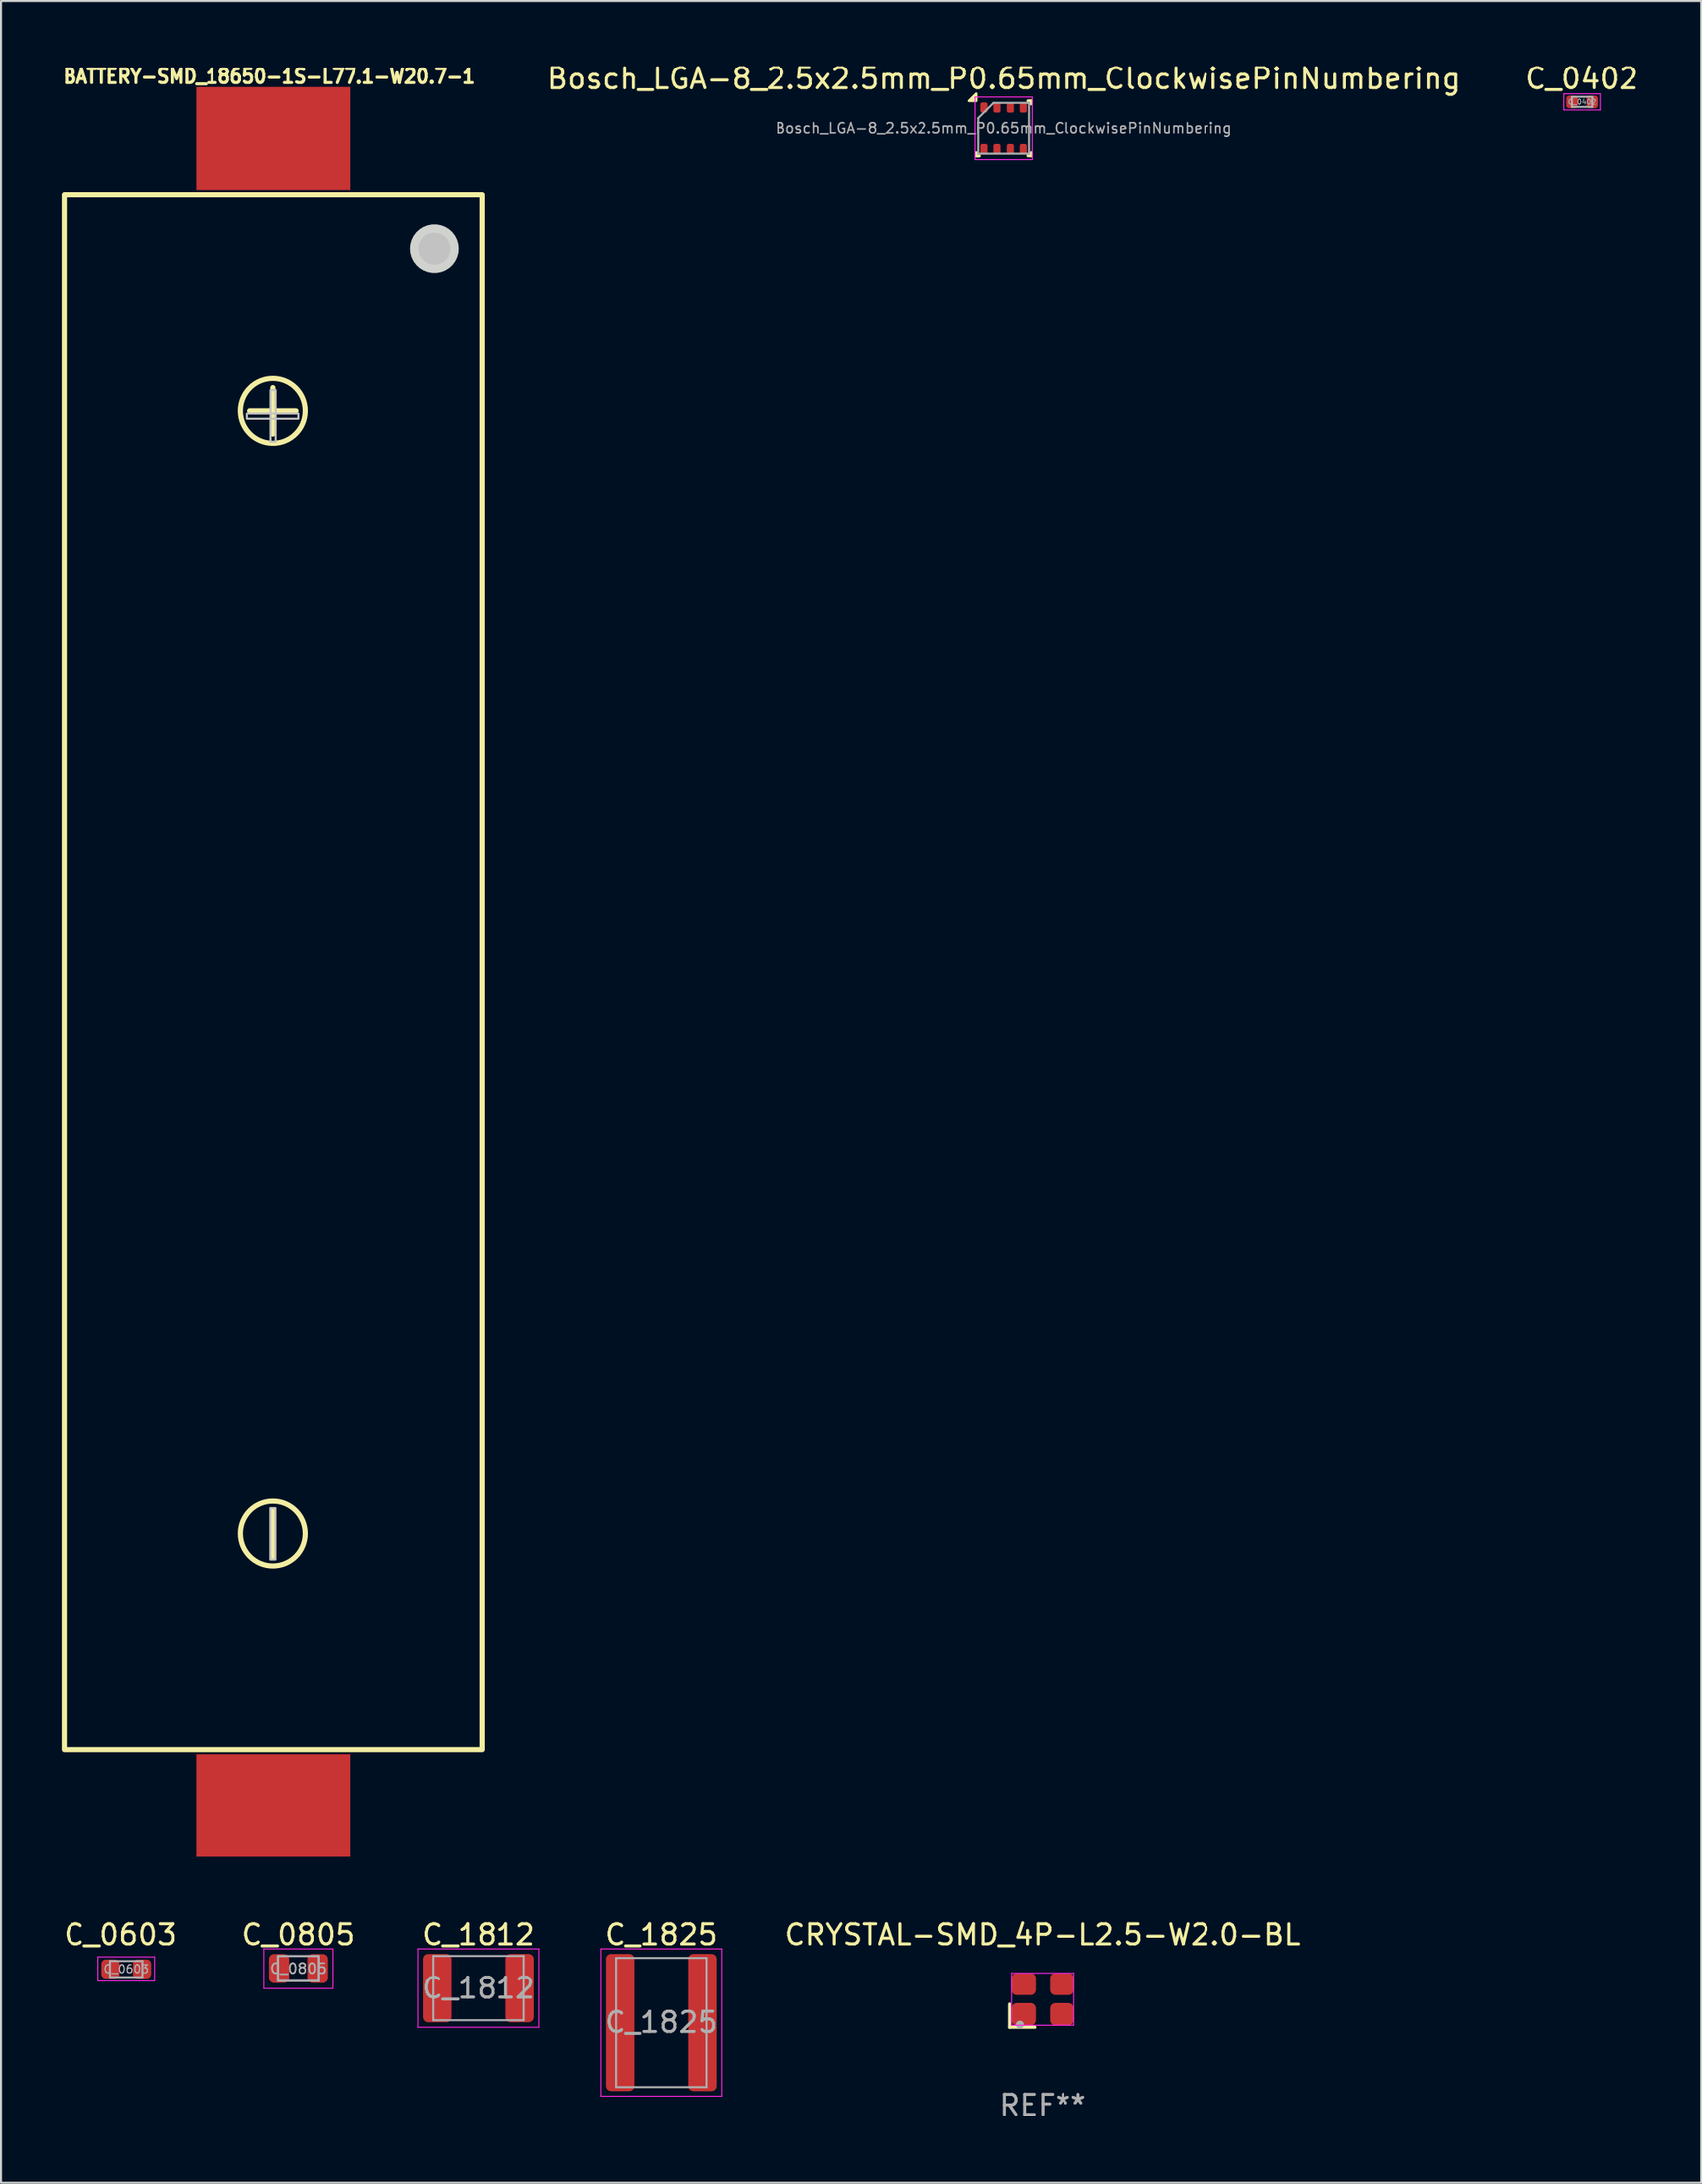
<source format=kicad_pcb>
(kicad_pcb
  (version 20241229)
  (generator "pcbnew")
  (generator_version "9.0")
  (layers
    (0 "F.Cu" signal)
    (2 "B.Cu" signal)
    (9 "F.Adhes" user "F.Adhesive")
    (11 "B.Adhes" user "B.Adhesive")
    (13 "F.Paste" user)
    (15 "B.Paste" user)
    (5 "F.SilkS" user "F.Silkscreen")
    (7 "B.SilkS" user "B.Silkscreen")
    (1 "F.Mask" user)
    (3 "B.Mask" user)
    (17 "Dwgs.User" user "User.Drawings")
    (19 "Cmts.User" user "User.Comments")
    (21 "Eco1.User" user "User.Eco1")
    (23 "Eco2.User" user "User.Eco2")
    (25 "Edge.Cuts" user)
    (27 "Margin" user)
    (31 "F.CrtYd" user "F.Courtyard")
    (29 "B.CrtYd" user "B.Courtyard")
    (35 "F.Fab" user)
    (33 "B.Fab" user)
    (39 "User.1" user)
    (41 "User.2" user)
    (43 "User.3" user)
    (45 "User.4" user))
  (footprint "C_0402"
    (layer "F.Cu")
    (at 75.354 2.008)
    (property "Reference" "C_0402" (at 0 -1.16 0) (layer "F.SilkS") (effects (font (size 1 1) (thickness 0.15))))
    (attr smd)
    (fp_line (start -0.9 -0.4) (end -0.9 0.4) (stroke (width 0.05) (type default)) (layer "F.CrtYd"))
    (fp_line (start -0.9 -0.4) (end 0.9 -0.4) (stroke (width 0.05) (type default)) (layer "F.CrtYd"))
    (fp_line (start 0.9 -0.4) (end 0.9 0.4) (stroke (width 0.05) (type default)) (layer "F.CrtYd"))
    (fp_line (start 0.9 0.4) (end -0.9 0.4) (stroke (width 0.05) (type default)) (layer "F.CrtYd"))
    (fp_line (start -0.5 -0.25) (end 0.5 -0.25) (stroke (width 0.1) (type solid)) (layer "F.Fab"))
    (fp_line (start -0.5 0.25) (end -0.5 -0.25) (stroke (width 0.1) (type solid)) (layer "F.Fab"))
    (fp_line (start 0.5 -0.25) (end 0.5 0.25) (stroke (width 0.1) (type solid)) (layer "F.Fab"))
    (fp_line (start 0.5 0.25) (end -0.5 0.25) (stroke (width 0.1) (type solid)) (layer "F.Fab"))
    (fp_text user "${REFERENCE}" (at 0 0 0) (layer "F.Fab") (effects (font (size 0.25 0.25) (thickness 0.04))))
    (pad "1" smd roundrect (at -0.5 0) (size 0.56 0.62) (layers "F.Cu" "F.Mask" "F.Paste") (roundrect_rratio 0.25))
    (pad "2" smd roundrect (at 0.5 0) (size 0.56 0.62) (layers "F.Cu" "F.Mask" "F.Paste") (roundrect_rratio 0.25)))
  (footprint "C_1812"
    (layer "F.Cu")
    (at 20.668 95.475)
    (property "Reference" "C_1812" (at 0 -2.65 0) (layer "F.SilkS") (effects (font (size 1 1) (thickness 0.15))))
    (attr smd)
    (fp_line (start -3 -1.95) (end 3 -1.95) (stroke (width 0.05) (type solid)) (layer "F.CrtYd"))
    (fp_line (start -3 1.95) (end -3 -1.95) (stroke (width 0.05) (type solid)) (layer "F.CrtYd"))
    (fp_line (start 3 -1.95) (end 3 1.95) (stroke (width 0.05) (type solid)) (layer "F.CrtYd"))
    (fp_line (start 3 1.95) (end -3 1.95) (stroke (width 0.05) (type solid)) (layer "F.CrtYd"))
    (fp_line (start -2.25 -1.6) (end 2.25 -1.6) (stroke (width 0.1) (type solid)) (layer "F.Fab"))
    (fp_line (start -2.25 1.6) (end -2.25 -1.6) (stroke (width 0.1) (type solid)) (layer "F.Fab"))
    (fp_line (start 2.25 -1.6) (end 2.25 1.6) (stroke (width 0.1) (type solid)) (layer "F.Fab"))
    (fp_line (start 2.25 1.6) (end -2.25 1.6) (stroke (width 0.1) (type solid)) (layer "F.Fab"))
    (fp_text user "${REFERENCE}" (at 0 0 0) (layer "F.Fab") (effects (font (size 1 1) (thickness 0.15))))
    (pad "1" smd roundrect (at -2.05 0) (size 1.4 3.4) (layers "F.Cu" "F.Mask" "F.Paste") (roundrect_rratio 0.179))
    (pad "2" smd roundrect (at 2.05 0) (size 1.4 3.4) (layers "F.Cu" "F.Mask" "F.Paste") (roundrect_rratio 0.179)))
  (footprint "C_0805"
    (layer "F.Cu")
    (at 11.732 94.505)
    (property "Reference" "C_0805" (at 0 -1.68 0) (layer "F.SilkS") (effects (font (size 1 1) (thickness 0.15))))
    (attr smd)
    (fp_line (start -1.7 -0.98) (end 1.7 -0.98) (stroke (width 0.05) (type solid)) (layer "F.CrtYd"))
    (fp_line (start -1.7 0.98) (end -1.7 -0.98) (stroke (width 0.05) (type solid)) (layer "F.CrtYd"))
    (fp_line (start 1.7 -0.98) (end 1.7 0.98) (stroke (width 0.05) (type solid)) (layer "F.CrtYd"))
    (fp_line (start 1.7 1) (end -1.7 1) (stroke (width 0.05) (type solid)) (layer "F.CrtYd"))
    (fp_line (start -1 -0.62) (end 1 -0.62) (stroke (width 0.1) (type solid)) (layer "F.Fab"))
    (fp_line (start -1 -0.62) (end 1 -0.62) (stroke (width 0.1) (type solid)) (layer "F.Fab"))
    (fp_line (start -1 0.62) (end -1 -0.62) (stroke (width 0.1) (type solid)) (layer "F.Fab"))
    (fp_line (start -1 0.62) (end -1 -0.62) (stroke (width 0.1) (type solid)) (layer "F.Fab"))
    (fp_line (start 1 -0.62) (end 1 0.62) (stroke (width 0.1) (type solid)) (layer "F.Fab"))
    (fp_line (start 1 -0.62) (end 1 0.62) (stroke (width 0.1) (type solid)) (layer "F.Fab"))
    (fp_line (start 1 0.62) (end -1 0.62) (stroke (width 0.1) (type solid)) (layer "F.Fab"))
    (fp_line (start 1 0.62) (end -1 0.62) (stroke (width 0.1) (type solid)) (layer "F.Fab"))
    (fp_text user "${REFERENCE}" (at 0 0 0) (layer "F.Fab") (effects (font (size 0.5 0.5) (thickness 0.08))))
    (pad "1" smd roundrect (at -0.95 0) (size 1 1.45) (layers "F.Cu" "F.Mask" "F.Paste") (roundrect_rratio 0.25))
    (pad "2" smd roundrect (at 0.95 0) (size 1 1.45) (layers "F.Cu" "F.Mask" "F.Paste") (roundrect_rratio 0.25)))
  (footprint "CRYSTAL-SMD_4P-L2.5-W2.0-BL"
    (layer "F.Cu")
    (at 48.63 96.025)
    (property "Reference" "CRYSTAL-SMD_4P-L2.5-W2.0-BL" (at 0 -3.2 0) (layer "F.SilkS") (effects (font (size 1 1) (thickness 0.15))))
    (attr smd)
    (fp_line (start -1.65 0.25) (end -1.65 1.4) (stroke (width 0.15) (type default)) (layer "F.SilkS"))
    (fp_line (start -1.65 1.4) (end -0.4 1.4) (stroke (width 0.15) (type default)) (layer "F.SilkS"))
    (fp_line (start -1.55 -1.3) (end 1.55 -1.3) (stroke (width 0.05) (type default)) (layer "F.CrtYd"))
    (fp_line (start -1.55 1.3) (end -1.55 -1.3) (stroke (width 0.05) (type default)) (layer "F.CrtYd"))
    (fp_line (start 1.55 -1.3) (end 1.55 1.3) (stroke (width 0.05) (type default)) (layer "F.CrtYd"))
    (fp_line (start 1.55 1.3) (end -1.55 1.3) (stroke (width 0.05) (type default)) (layer "F.CrtYd"))
    (fp_circle (center -1.14 1.27) (end -1.04 1.27) (stroke (width 0.2) (type solid)) (fill no) (layer "F.Fab"))
    (fp_text user "REF**" (at 0 5.25 0) (layer "F.Fab") (effects (font (size 1 1) (thickness 0.15))))
    (pad "1" smd roundrect (at -0.95 0.75) (size 1.2 1.1) (layers "F.Cu" "F.Mask" "F.Paste") (roundrect_rratio 0.227))
    (pad "2" smd roundrect (at 0.95 0.75) (size 1.2 1.1) (layers "F.Cu" "F.Mask" "F.Paste") (roundrect_rratio 0.227))
    (pad "3" smd roundrect (at 0.95 -0.75) (size 1.2 1.1) (layers "F.Cu" "F.Mask" "F.Paste") (roundrect_rratio 0.227))
    (pad "4" smd roundrect (at -0.95 -0.75) (size 1.2 1.1) (layers "F.Cu" "F.Mask" "F.Paste") (roundrect_rratio 0.227)))
  (footprint "Bosch_LGA-8_2.5x2.5mm_P0.65mm_ClockwisePinNumbering"
    (layer "F.Cu")
    (at 46.689 3.308)
    (property "Reference" "Bosch_LGA-8_2.5x2.5mm_P0.65mm_ClockwisePinNumbering" (at 0.01 -2.46 0) (layer "F.SilkS") (effects (font (size 1 1) (thickness 0.15))))
    (attr smd)
    (fp_line (start -1.35 1.35) (end -1.35 1.2) (stroke (width 0.15) (type solid)) (layer "F.SilkS"))
    (fp_line (start -1.35 1.36) (end -1.2 1.36) (stroke (width 0.15) (type solid)) (layer "F.SilkS"))
    (fp_line (start 1.2 -1.35) (end 1.35 -1.35) (stroke (width 0.15) (type solid)) (layer "F.SilkS"))
    (fp_line (start 1.35 -1.35) (end 1.35 -1.2) (stroke (width 0.15) (type solid)) (layer "F.SilkS"))
    (fp_line (start 1.35 1.35) (end 1.2 1.35) (stroke (width 0.15) (type solid)) (layer "F.SilkS"))
    (fp_line (start 1.35 1.35) (end 1.35 1.2) (stroke (width 0.15) (type solid)) (layer "F.SilkS"))
    (fp_poly (pts (xy -1.35 -1.35) (xy -1.71 -1.35) (xy -1.35 -1.71) (xy -1.35 -1.35)) (stroke (width 0.12) (type solid)) (fill yes) (layer "F.SilkS"))
    (fp_line (start -1.41 -1.54) (end 1.41 -1.54) (stroke (width 0.05) (type solid)) (layer "F.CrtYd"))
    (fp_line (start -1.41 1.54) (end -1.41 -1.54) (stroke (width 0.05) (type solid)) (layer "F.CrtYd"))
    (fp_line (start 1.41 -1.54) (end 1.41 1.54) (stroke (width 0.05) (type solid)) (layer "F.CrtYd"))
    (fp_line (start 1.41 1.54) (end -1.41 1.54) (stroke (width 0.05) (type solid)) (layer "F.CrtYd"))
    (fp_line (start -1.25 -0.5) (end -0.5 -1.25) (stroke (width 0.1) (type solid)) (layer "F.Fab"))
    (fp_line (start -1.25 1.25) (end -1.25 -0.5) (stroke (width 0.1) (type solid)) (layer "F.Fab"))
    (fp_line (start -0.5 -1.25) (end 1.25 -1.25) (stroke (width 0.1) (type solid)) (layer "F.Fab"))
    (fp_line (start 1.25 -1.25) (end 1.25 1.25) (stroke (width 0.1) (type solid)) (layer "F.Fab"))
    (fp_line (start 1.25 1.25) (end -1.25 1.25) (stroke (width 0.1) (type solid)) (layer "F.Fab"))
    (fp_text user "${REFERENCE}" (at 0 0 180) (layer "F.Fab") (effects (font (size 0.5 0.5) (thickness 0.075))))
    (pad "1" smd roundrect (at -0.97 -1.02 90) (size 0.5 0.35) (layers "F.Cu" "F.Mask" "F.Paste") (roundrect_rratio 0.25))
    (pad "2" smd roundrect (at -0.33 -1.02 90) (size 0.5 0.35) (layers "F.Cu" "F.Mask" "F.Paste") (roundrect_rratio 0.25))
    (pad "3" smd roundrect (at 0.33 -1.02 90) (size 0.5 0.35) (layers "F.Cu" "F.Mask" "F.Paste") (roundrect_rratio 0.25))
    (pad "4" smd roundrect (at 0.97 -1.02 90) (size 0.5 0.35) (layers "F.Cu" "F.Mask" "F.Paste") (roundrect_rratio 0.25))
    (pad "5" smd roundrect (at 0.97 1.02 90) (size 0.5 0.35) (layers "F.Cu" "F.Mask" "F.Paste") (roundrect_rratio 0.25))
    (pad "6" smd roundrect (at 0.33 1.02 90) (size 0.5 0.35) (layers "F.Cu" "F.Mask" "F.Paste") (roundrect_rratio 0.25))
    (pad "7" smd roundrect (at -0.33 1.02 90) (size 0.5 0.35) (layers "F.Cu" "F.Mask" "F.Paste") (roundrect_rratio 0.25))
    (pad "8" smd roundrect (at -0.97 1.02 90) (size 0.5 0.35) (layers "F.Cu" "F.Mask" "F.Paste") (roundrect_rratio 0.25)))
  (footprint "BATTERY-SMD_18650-1S-L77.1-W20.7-1"
    (layer "F.Cu")
    (at 10.477 45.123)
    (property "Reference" "BATTERY-SMD_18650-1S-L77.1-W20.7-1" (at -10.477 -43.98 0) (layer "F.SilkS") (effects (font (size 0.686 0.628) (thickness 0.152)) (justify left bottom)))
    (fp_line (start 0 -28.956) (end 0 -26.67) (stroke (width 0.254) (type default)) (layer "F.SilkS"))
    (fp_line (start 0 26.67) (end 0 28.956) (stroke (width 0.254) (type default)) (layer "F.SilkS"))
    (fp_line (start 1.143 -27.813) (end -1.143 -27.813) (stroke (width 0.254) (type default)) (layer "F.SilkS"))
    (fp_rect (start -10.351 -38.544) (end 10.351 38.544) (stroke (width 0.254) (type default)) (fill no) (layer "F.SilkS"))
    (fp_circle (center 0 -27.813) (end 1.6 -27.813) (stroke (width 0.254) (type default)) (fill no) (layer "F.SilkS"))
    (fp_circle (center 0 27.813) (end 1.6 27.813) (stroke (width 0.254) (type default)) (fill no) (layer "F.SilkS"))
    (fp_circle (center 8 -35.84) (end 8.393 -35.84) (stroke (width 0.786) (type default)) (fill no) (layer "Dwgs.User"))
    (fp_poly (pts (xy 0.127 26.558) (xy -0.128 26.558) (xy -0.128 29.098) (xy 0.127 29.098)) (stroke (width 0.1) (type default)) (fill no) (layer "Dwgs.User"))
    (fp_poly (pts (xy 0.138 -28.831) (xy -0.117 -28.831) (xy -0.117 -26.291) (xy 0.138 -26.291)) (stroke (width 0.1) (type default)) (fill no) (layer "Dwgs.User"))
    (fp_poly (pts (xy 1.26 -27.427) (xy 1.26 -27.681) (xy -1.28 -27.681) (xy -1.28 -27.427)) (stroke (width 0.1) (type default)) (fill no) (layer "Dwgs.User"))
    (fp_poly (pts (xy 9.2 -35.84) (xy 9.18 -36.06) (xy 9.119 -36.273) (xy 9.02 -36.472) (xy 8.887 -36.648) (xy 8.723 -36.798) (xy 8.535 -36.914) (xy 8.328 -36.994) (xy 8.111 -37.035) (xy 7.889 -37.035) (xy 7.672 -36.994) (xy 7.465 -36.914) (xy 7.277 -36.798) (xy 7.113 -36.648) (xy 6.98 -36.472) (xy 6.881 -36.273) (xy 6.82 -36.06) (xy 6.8 -35.84) (xy 6.82 -35.62) (xy 6.881 -35.407) (xy 6.98 -35.208) (xy 7.113 -35.032) (xy 7.277 -34.882) (xy 7.465 -34.766) (xy 7.672 -34.686) (xy 7.889 -34.645) (xy 8.111 -34.645) (xy 8.328 -34.686) (xy 8.535 -34.766) (xy 8.723 -34.882) (xy 8.887 -35.032) (xy 9.02 -35.208) (xy 9.119 -35.407) (xy 9.18 -35.62)) (stroke (width 0) (type default)) (fill yes) (layer "Edge.Cuts"))
    (fp_poly (pts (xy -3.175 -43.015) (xy -3.175 -38.519) (xy 3.175 -38.519) (xy 3.175 -42.964)) (stroke (width 0.1) (type default)) (fill no) (layer "User.1"))
    (fp_poly (pts (xy -3.175 38.417) (xy -3.175 43.015) (xy 3.175 43.015) (xy 3.175 38.417)) (stroke (width 0.1) (type default)) (fill no) (layer "User.1"))
    (fp_line (start -10.35 -38.525) (end -10.35 38.525) (stroke (width 0.051) (type default)) (layer "User.2"))
    (fp_line (start -10.35 38.525) (end 9.5 38.5) (stroke (width 0.051) (type default)) (layer "User.2"))
    (fp_line (start -10 38) (end -9.8 0) (stroke (width 0.051) (type default)) (layer "User.2"))
    (fp_line (start -9.8 -38) (end 9.9 -38) (stroke (width 0.051) (type default)) (layer "User.2"))
    (fp_line (start -9.8 0) (end -9.8 -38) (stroke (width 0.051) (type default)) (layer "User.2"))
    (fp_line (start 9.5 38) (end -10 38) (stroke (width 0.051) (type default)) (layer "User.2"))
    (fp_line (start 9.5 38.5) (end 9.5 38) (stroke (width 0.051) (type default)) (layer "User.2"))
    (fp_line (start 9.7 0.3) (end 9.8 38.5) (stroke (width 0.051) (type default)) (layer "User.2"))
    (fp_line (start 9.8 38.5) (end 10.35 38.525) (stroke (width 0.051) (type default)) (layer "User.2"))
    (fp_line (start 9.9 -38) (end 9.7 0.3) (stroke (width 0.051) (type default)) (layer "User.2"))
    (fp_line (start 10.35 -38.525) (end -10.35 -38.525) (stroke (width 0.051) (type default)) (layer "User.2"))
    (fp_line (start 10.35 38.525) (end 10.35 -38.525) (stroke (width 0.051) (type default)) (layer "User.2"))
    (fp_poly (pts (xy 10.41 43.015) (xy 10.392 42.973) (xy 10.35 42.955) (xy 10.308 42.973) (xy 10.29 43.015) (xy 10.308 43.057) (xy 10.35 43.075) (xy 10.392 43.057)) (stroke (width 0.1) (type default)) (fill no) (layer "User.3"))
    (pad "1" smd rect (at 0 41.313) (size 7.62 5.08) (layers "F.Cu" "F.Mask" "F.Paste"))
    (pad "2" smd rect (at 0 -41.313) (size 7.62 5.08) (layers "F.Cu" "F.Mask" "F.Paste")))
  (footprint "C_0603"
    (layer "F.Cu")
    (at 3.211 94.525)
    (property "Reference" "C_0603" (at -0.3 -1.7 0) (layer "F.SilkS") (effects (font (size 1 1) (thickness 0.15))))
    (attr smd)
    (fp_line (start -1.4 -0.6) (end 1.4 -0.6) (stroke (width 0.05) (type default)) (layer "F.CrtYd"))
    (fp_line (start -1.4 0.6) (end -1.4 -0.6) (stroke (width 0.05) (type default)) (layer "F.CrtYd"))
    (fp_line (start 1.4 -0.6) (end 1.4 0.6) (stroke (width 0.05) (type default)) (layer "F.CrtYd"))
    (fp_line (start 1.4 0.6) (end -1.4 0.6) (stroke (width 0.05) (type default)) (layer "F.CrtYd"))
    (fp_line (start -0.8 -0.4) (end 0.8 -0.4) (stroke (width 0.1) (type solid)) (layer "F.Fab"))
    (fp_line (start -0.8 0.4) (end -0.8 -0.4) (stroke (width 0.1) (type solid)) (layer "F.Fab"))
    (fp_line (start 0.8 -0.4) (end 0.8 0.4) (stroke (width 0.1) (type solid)) (layer "F.Fab"))
    (fp_line (start 0.8 0.4) (end -0.8 0.4) (stroke (width 0.1) (type solid)) (layer "F.Fab"))
    (fp_text user "${REFERENCE}" (at 0 0 0) (layer "F.Fab") (effects (font (size 0.4 0.4) (thickness 0.06))))
    (pad "1" smd roundrect (at -0.78 0) (size 0.9 0.95) (layers "F.Cu" "F.Mask" "F.Paste") (roundrect_rratio 0.25))
    (pad "2" smd roundrect (at 0.78 0) (size 0.9 0.95) (layers "F.Cu" "F.Mask" "F.Paste") (roundrect_rratio 0.25)))
  (footprint "C_1825"
    (layer "F.Cu")
    (at 29.718 97.175)
    (property "Reference" "C_1825" (at 0 -4.35 0) (layer "F.SilkS") (effects (font (size 1 1) (thickness 0.15))))
    (attr smd)
    (fp_line (start -3 -3.65) (end 3 -3.65) (stroke (width 0.05) (type solid)) (layer "F.CrtYd"))
    (fp_line (start -3 3.65) (end -3 -3.65) (stroke (width 0.05) (type solid)) (layer "F.CrtYd"))
    (fp_line (start 3 -3.65) (end 3 3.65) (stroke (width 0.05) (type solid)) (layer "F.CrtYd"))
    (fp_line (start 3 3.65) (end -3 3.65) (stroke (width 0.05) (type solid)) (layer "F.CrtYd"))
    (fp_line (start -2.25 -3.2) (end 2.25 -3.2) (stroke (width 0.1) (type solid)) (layer "F.Fab"))
    (fp_line (start -2.25 3.2) (end -2.25 -3.2) (stroke (width 0.1) (type solid)) (layer "F.Fab"))
    (fp_line (start 2.25 -3.2) (end 2.25 3.2) (stroke (width 0.1) (type solid)) (layer "F.Fab"))
    (fp_line (start 2.25 3.2) (end -2.25 3.2) (stroke (width 0.1) (type solid)) (layer "F.Fab"))
    (fp_text user "${REFERENCE}" (at 0 0 0) (layer "F.Fab") (effects (font (size 1 1) (thickness 0.15))))
    (pad "1" smd roundrect (at -2.05 0) (size 1.4 6.8) (layers "F.Cu" "F.Mask" "F.Paste") (roundrect_rratio 0.179))
    (pad "2" smd roundrect (at 2.05 0) (size 1.4 6.8) (layers "F.Cu" "F.Mask" "F.Paste") (roundrect_rratio 0.179)))
  (gr_rect
    (start -3 -3)
    (end 81.265 105.123)
    (stroke (width 0.1) (type default))
    (fill no)
    (layer "Edge.Cuts")))
</source>
